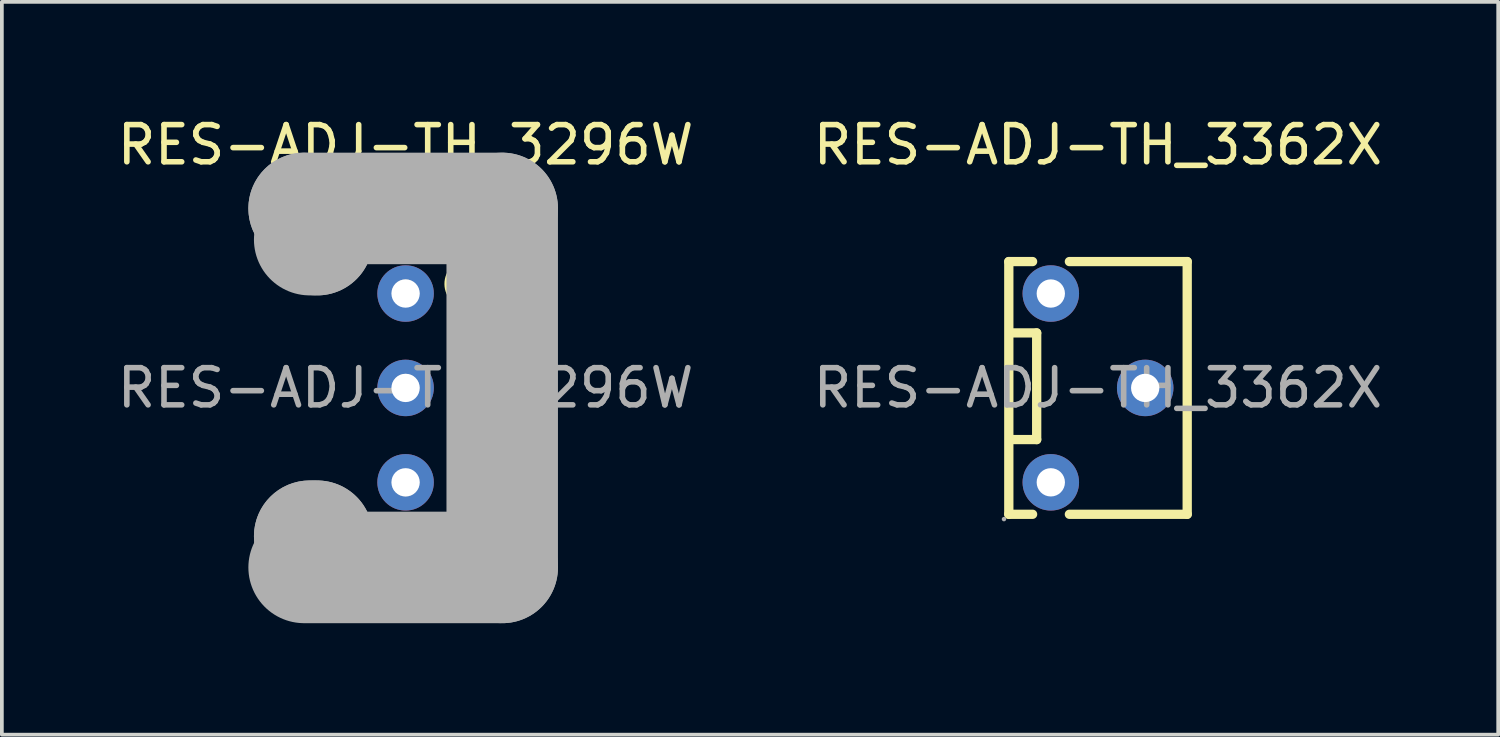
<source format=kicad_pcb>
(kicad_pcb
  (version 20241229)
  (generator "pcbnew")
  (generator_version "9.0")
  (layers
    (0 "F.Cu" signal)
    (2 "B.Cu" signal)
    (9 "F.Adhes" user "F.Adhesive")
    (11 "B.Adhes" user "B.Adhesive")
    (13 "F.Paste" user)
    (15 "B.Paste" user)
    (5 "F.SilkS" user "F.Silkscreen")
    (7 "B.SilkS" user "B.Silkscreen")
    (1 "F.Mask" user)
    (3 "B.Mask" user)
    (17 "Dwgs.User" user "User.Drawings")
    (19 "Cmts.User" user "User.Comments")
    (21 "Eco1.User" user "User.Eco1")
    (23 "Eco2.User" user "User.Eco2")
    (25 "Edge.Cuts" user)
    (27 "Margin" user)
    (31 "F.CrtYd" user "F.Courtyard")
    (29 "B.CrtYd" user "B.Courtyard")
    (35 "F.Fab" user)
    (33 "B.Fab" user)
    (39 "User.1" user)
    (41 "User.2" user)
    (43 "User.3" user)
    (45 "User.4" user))
  (footprint "RES-ADJ-TH_3362X"
    (layer "F.Cu")
    (at 26.494 7.388)
    (property "Reference" "RES-ADJ-TH_3362X" (at 0 -6.54 0) (layer "F.SilkS") (effects (font (size 1 1) (thickness 0.15))))
    (attr through_hole)
    (fp_line (start -2.4 -3.4) (end -1.76 -3.4) (stroke (width 0.25) (type solid)) (layer "F.SilkS"))
    (fp_line (start -2.4 3.4) (end -2.4 -3.4) (stroke (width 0.25) (type solid)) (layer "F.SilkS"))
    (fp_line (start -2.33 -1.48) (end -1.65 -1.48) (stroke (width 0.25) (type solid)) (layer "F.SilkS"))
    (fp_line (start -1.76 3.4) (end -2.4 3.4) (stroke (width 0.25) (type solid)) (layer "F.SilkS"))
    (fp_line (start -1.65 -1.48) (end -1.65 1.39) (stroke (width 0.25) (type solid)) (layer "F.SilkS"))
    (fp_line (start -1.65 1.39) (end -2.33 1.39) (stroke (width 0.25) (type solid)) (layer "F.SilkS"))
    (fp_line (start -0.77 -3.4) (end 2.4 -3.4) (stroke (width 0.25) (type solid)) (layer "F.SilkS"))
    (fp_line (start 2.4 -3.4) (end 2.4 3.4) (stroke (width 0.25) (type solid)) (layer "F.SilkS"))
    (fp_line (start 2.4 3.4) (end -0.77 3.4) (stroke (width 0.25) (type solid)) (layer "F.SilkS"))
    (fp_circle (center -2.53 3.53) (end -2.5 3.53) (stroke (width 0.06) (type solid)) (fill no) (layer "F.Fab"))
    (fp_circle (center -1.27 -2.54) (end -1.13 -2.54) (stroke (width 0.28) (type solid)) (fill no) (layer "F.Fab"))
    (fp_circle (center -1.27 2.54) (end -1.13 2.54) (stroke (width 0.28) (type solid)) (fill no) (layer "F.Fab"))
    (fp_circle (center 1.27 0) (end 1.41 0) (stroke (width 0.28) (type solid)) (fill no) (layer "F.Fab"))
    (fp_text user "${REFERENCE}" (at 0 0 0) (layer "F.Fab") (effects (font (size 1 1) (thickness 0.15))))
    (pad "1" thru_hole circle (at -1.27 2.54 270) (size 1.52 1.52) (drill 0.762) (layers "*.Cu" "*.Mask"))
    (pad "2" thru_hole circle (at 1.27 0 270) (size 1.52 1.52) (drill 0.762) (layers "*.Cu" "*.Mask"))
    (pad "3" thru_hole circle (at -1.27 -2.54 270) (size 1.52 1.52) (drill 0.762) (layers "*.Cu" "*.Mask")))
  (footprint "RES-ADJ-TH_3296W"
    (layer "F.Cu")
    (at 7.863 7.388)
    (property "Reference" "RES-ADJ-TH_3296W" (at 0 -6.54 0) (layer "F.SilkS") (effects (font (size 1 1) (thickness 0.15))))
    (attr through_hole)
    (fp_line (start 1.33 -2.81) (end 1.71 -2.81) (stroke (width 0.25) (type solid)) (layer "F.SilkS"))
    (fp_line (start 1.71 -2.81) (end 2.09 -2.81) (stroke (width 0.25) (type solid)) (layer "F.SilkS"))
    (fp_line (start 2.09 -2.81) (end 1.71 -2.81) (stroke (width 0.25) (type solid)) (layer "F.SilkS"))
    (fp_arc (start 2.25 -2.8) (mid 1.170023 -2.795005) (end 2.249908 -2.80999) (stroke (width 0.25) (type solid)) (layer "F.SilkS"))
    (fp_line (start -2.73 -4.83) (end -2.73 -4.83) (stroke (width 3) (type solid)) (layer "F.Fab"))
    (fp_line (start -2.73 -4.83) (end 2.6 -4.83) (stroke (width 3) (type solid)) (layer "F.Fab"))
    (fp_line (start -2.58 -4.75) (end -2.58 -4.75) (stroke (width 3) (type solid)) (layer "F.Fab"))
    (fp_line (start -2.58 -4.75) (end -2.38 -4.75) (stroke (width 3) (type solid)) (layer "F.Fab"))
    (fp_line (start -2.58 3.99) (end -2.58 3.99) (stroke (width 3) (type solid)) (layer "F.Fab"))
    (fp_line (start -2.58 3.99) (end -2.38 3.99) (stroke (width 3) (type solid)) (layer "F.Fab"))
    (fp_line (start -2.38 -4.75) (end -2.38 -3.99) (stroke (width 3) (type solid)) (layer "F.Fab"))
    (fp_line (start -2.38 -3.99) (end -2.58 -3.99) (stroke (width 3) (type solid)) (layer "F.Fab"))
    (fp_line (start -2.38 3.99) (end -2.38 4.75) (stroke (width 3) (type solid)) (layer "F.Fab"))
    (fp_line (start -2.38 4.75) (end -2.58 4.75) (stroke (width 3) (type solid)) (layer "F.Fab"))
    (fp_line (start 2.6 -4.83) (end 2.6 4.83) (stroke (width 3) (type solid)) (layer "F.Fab"))
    (fp_line (start 2.6 4.83) (end -2.73 4.83) (stroke (width 3) (type solid)) (layer "F.Fab"))
    (fp_circle (center -2.36 -4.77) (end -2.33 -4.77) (stroke (width 0.06) (type solid)) (fill no) (layer "F.Fab"))
    (fp_circle (center 0 -2.55) (end 0.12 -2.55) (stroke (width 0.25) (type solid)) (fill no) (layer "F.Fab"))
    (fp_circle (center 0 -0.01) (end 0.12 -0.01) (stroke (width 0.25) (type solid)) (fill no) (layer "F.Fab"))
    (fp_circle (center 0 2.55) (end 0.12 2.55) (stroke (width 0.25) (type solid)) (fill no) (layer "F.Fab"))
    (fp_text user "${REFERENCE}" (at 0 0 0) (layer "F.Fab") (effects (font (size 1 1) (thickness 0.15))))
    (pad "1" thru_hole circle (at 0 -2.54 270) (size 1.52 1.52) (drill 0.762) (layers "*.Cu" "*.Mask"))
    (pad "2" thru_hole circle (at 0 0 270) (size 1.52 1.52) (drill 0.762) (layers "*.Cu" "*.Mask"))
    (pad "3" thru_hole circle (at 0 2.54 270) (size 1.52 1.52) (drill 0.762) (layers "*.Cu" "*.Mask")))
  (gr_rect
    (start -3 -3)
    (end 37.262 16.718)
    (stroke (width 0.1) (type default))
    (fill no)
    (layer "Edge.Cuts")))
</source>
